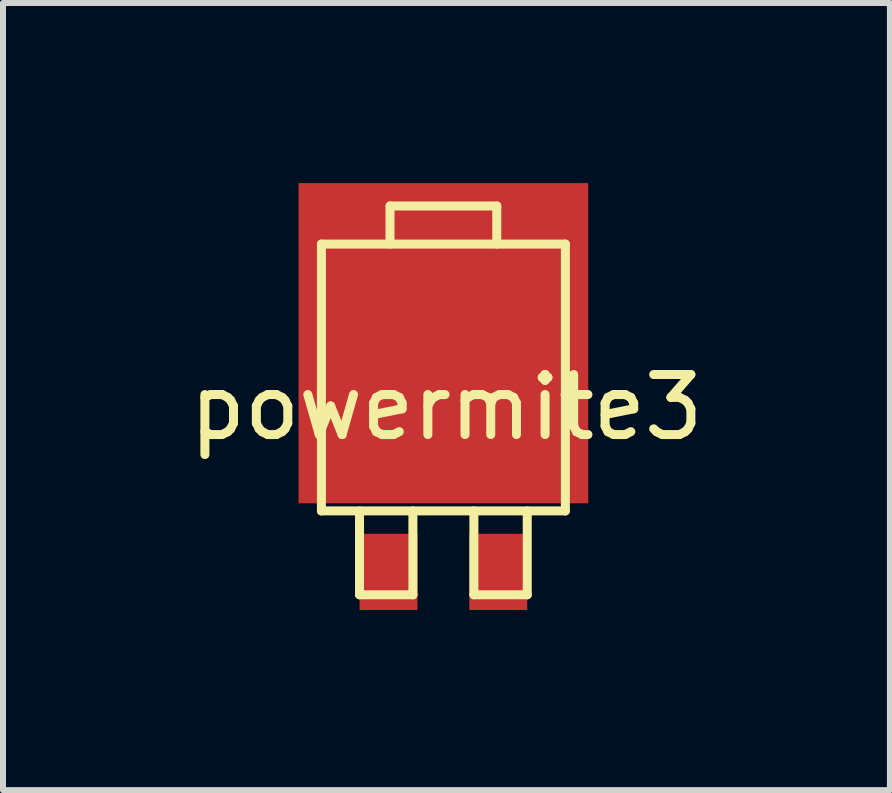
<source format=kicad_pcb>
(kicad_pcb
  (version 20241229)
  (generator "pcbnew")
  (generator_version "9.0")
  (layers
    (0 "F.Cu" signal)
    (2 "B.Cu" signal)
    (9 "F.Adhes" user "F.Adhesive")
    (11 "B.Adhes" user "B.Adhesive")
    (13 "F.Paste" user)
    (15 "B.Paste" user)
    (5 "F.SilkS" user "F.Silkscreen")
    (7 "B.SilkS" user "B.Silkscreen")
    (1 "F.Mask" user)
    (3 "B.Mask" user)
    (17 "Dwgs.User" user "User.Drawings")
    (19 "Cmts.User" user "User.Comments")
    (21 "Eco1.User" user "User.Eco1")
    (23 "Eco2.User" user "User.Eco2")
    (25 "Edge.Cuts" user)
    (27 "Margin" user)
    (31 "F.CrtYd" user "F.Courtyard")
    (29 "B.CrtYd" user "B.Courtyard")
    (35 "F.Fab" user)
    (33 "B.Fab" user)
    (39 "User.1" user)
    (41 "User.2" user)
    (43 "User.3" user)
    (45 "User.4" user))
  (footprint "powermite3"
    (layer "F.Cu")
    (at 4.336 4.572)
    (property "Reference" "powermite3" (at 0.051 -0.838 0) (layer "F.SilkS") (effects (font (size 1 1) (thickness 0.15))))
    (attr smd)
    (fp_line (start -2.032 -3.556) (end -2.032 0.889) (stroke (width 0.15) (type solid)) (layer "F.SilkS"))
    (fp_line (start -2.032 0.889) (end 2.032 0.889) (stroke (width 0.15) (type solid)) (layer "F.SilkS"))
    (fp_line (start -1.397 2.286) (end -1.397 0.889) (stroke (width 0.15) (type solid)) (layer "F.SilkS"))
    (fp_line (start -1.397 2.286) (end -0.508 2.286) (stroke (width 0.15) (type solid)) (layer "F.SilkS"))
    (fp_line (start -0.889 -4.191) (end 0.889 -4.191) (stroke (width 0.15) (type solid)) (layer "F.SilkS"))
    (fp_line (start -0.889 -3.556) (end -0.889 -4.191) (stroke (width 0.15) (type solid)) (layer "F.SilkS"))
    (fp_line (start -0.508 2.286) (end -0.508 0.889) (stroke (width 0.15) (type solid)) (layer "F.SilkS"))
    (fp_line (start 0.508 2.286) (end 0.508 0.889) (stroke (width 0.15) (type solid)) (layer "F.SilkS"))
    (fp_line (start 0.508 2.286) (end 1.397 2.286) (stroke (width 0.15) (type solid)) (layer "F.SilkS"))
    (fp_line (start 0.889 -4.191) (end 0.889 -3.556) (stroke (width 0.15) (type solid)) (layer "F.SilkS"))
    (fp_line (start 1.397 2.286) (end 1.397 0.889) (stroke (width 0.15) (type solid)) (layer "F.SilkS"))
    (fp_line (start 2.032 -3.556) (end -2.032 -3.556) (stroke (width 0.15) (type solid)) (layer "F.SilkS"))
    (fp_line (start 2.032 0.889) (end 2.032 -3.556) (stroke (width 0.15) (type solid)) (layer "F.SilkS"))
    (pad "1" smd rect (at -0.914 1.905) (size 0.965 1.27) (layers "F.Cu" "F.Mask" "F.Paste"))
    (pad "2" smd rect (at 0 -1.905) (size 4.826 5.334) (layers "F.Cu" "F.Mask" "F.Paste"))
    (pad "3" smd rect (at 0.914 1.905) (size 0.965 1.27) (layers "F.Cu" "F.Mask" "F.Paste")))
  (gr_rect
    (start -3 -3)
    (end 11.774 10.112)
    (stroke (width 0.1) (type default))
    (fill no)
    (layer "Edge.Cuts")))
</source>
